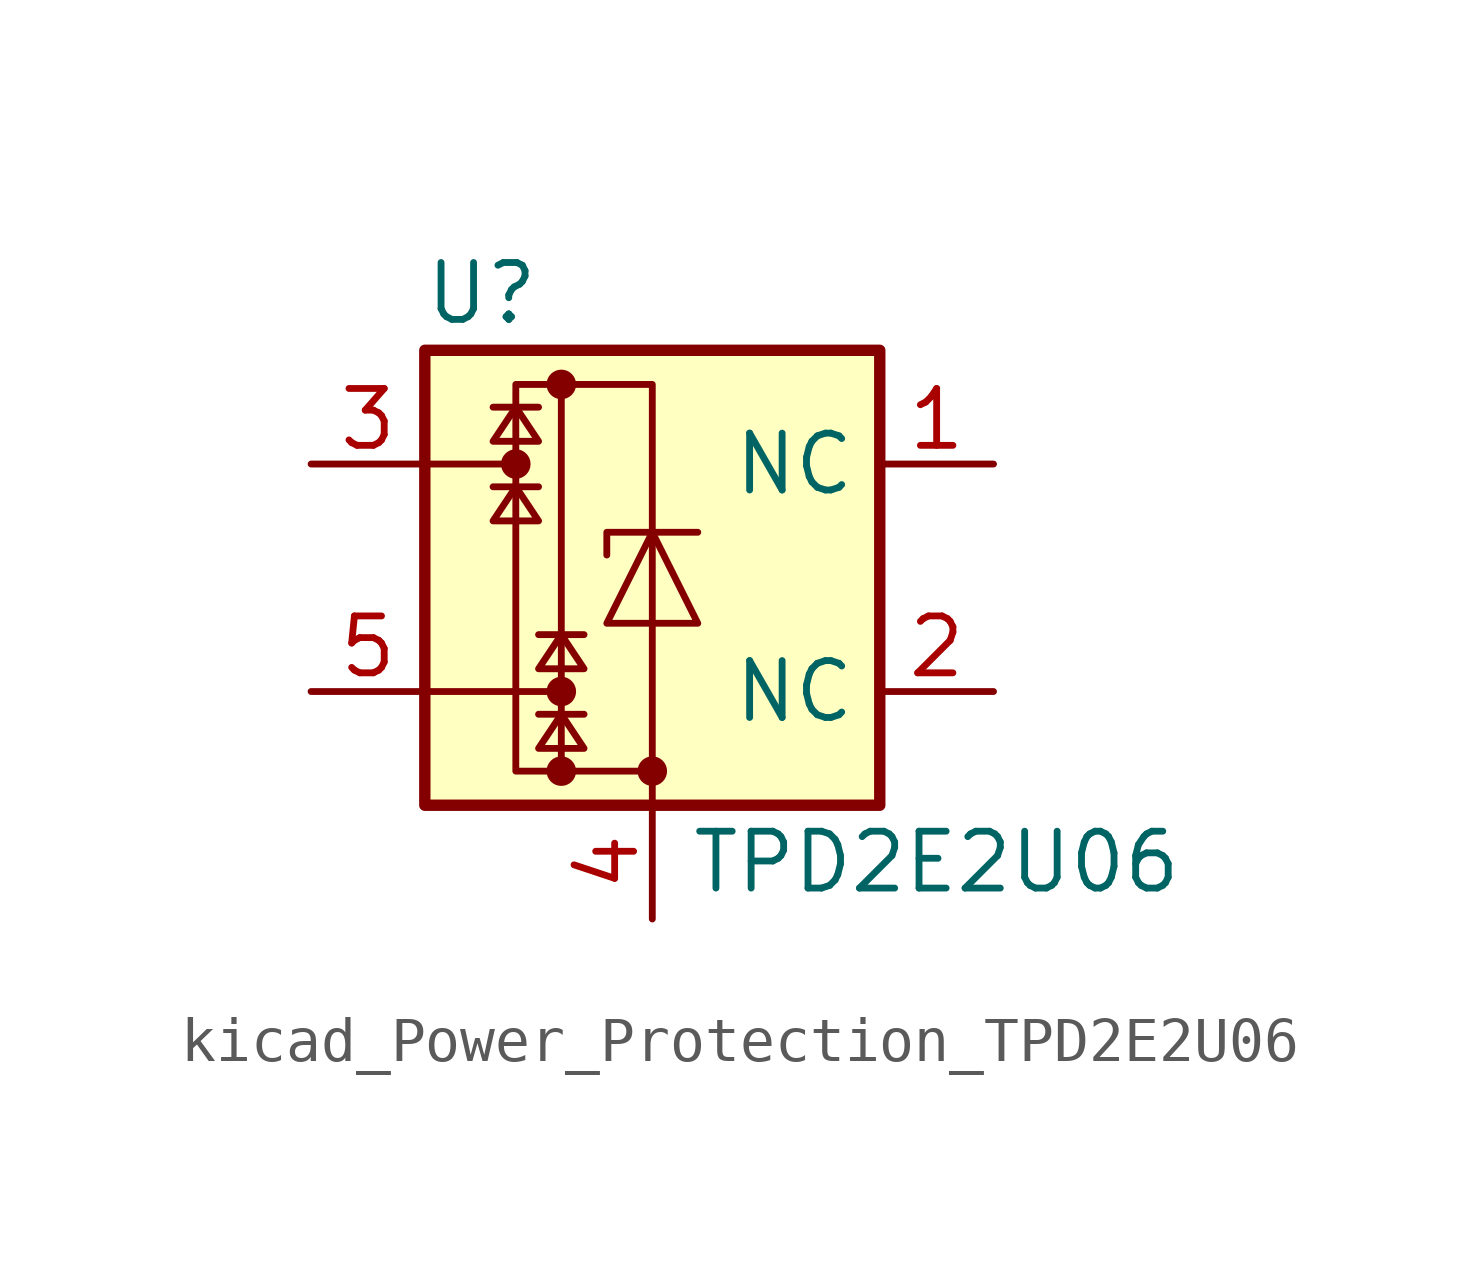
<source format=kicad_sym>
(kicad_symbol_lib
  (version 20220914)
  (generator kicad_symbol_editor)
  (symbol "kicad_Power_Protection_TPD2E2U06"
    (property "Reference" "U"
      (at -3.81 6.35 0)
      (effects (font (size 1.27 1.27))))
    (property "Value" "TPD2E2U06"
      (at 6.35 -6.35 0)
      (effects (font (size 1.27 1.27))))
    (symbol "kicad_Power_Protection_TPD2E2U06_0_1"
      (rectangle (start -5.08 5.08) (end 5.08 -5.08) (stroke (width 0.254) (type default)) (fill (type background)))
      (circle (center -3.048 2.54) (radius 0.254) (stroke (width 0) (type default)) (fill (type outline)))
      (rectangle (start -3.048 4.318) (end 0 -4.318) (stroke (width 0) (type default)) (fill (type none)))
      (circle (center -2.032 -4.318) (radius 0.254) (stroke (width 0) (type default)) (fill (type outline)))
      (circle (center -2.032 -2.54) (radius 0.254) (stroke (width 0) (type default)) (fill (type outline)))
      (circle (center -2.032 4.318) (radius 0.254) (stroke (width 0) (type default)) (fill (type outline)))
      (circle (center 0 -4.318) (radius 0.254) (stroke (width 0) (type default)) (fill (type outline)))
      (polyline (pts (xy -3.048 2.54) (xy -5.08 2.54)) (stroke (width 0) (type default)) (fill (type none)))
      (polyline (pts (xy -2.54 2.032) (xy -3.556 2.032)) (stroke (width 0) (type default)) (fill (type none)))
      (polyline (pts (xy -2.54 3.81) (xy -3.556 3.81)) (stroke (width 0) (type default)) (fill (type none)))
      (polyline (pts (xy -2.032 -4.318) (xy -2.032 4.318)) (stroke (width 0) (type default)) (fill (type none)))
      (polyline (pts (xy -2.032 -2.54) (xy -5.08 -2.54)) (stroke (width 0) (type default)) (fill (type none)))
      (polyline (pts (xy -1.524 -3.048) (xy -2.54 -3.048)) (stroke (width 0) (type default)) (fill (type none)))
      (polyline (pts (xy -1.524 -1.27) (xy -2.54 -1.27)) (stroke (width 0) (type default)) (fill (type none)))
      (polyline (pts (xy 0 -4.318) (xy 0 -5.08)) (stroke (width 0) (type default)) (fill (type none)))
      (polyline (pts (xy 1.016 1.016) (xy -1.016 1.016) (xy -1.016 0.508)) (stroke (width 0) (type default)) (fill (type none)))
      (polyline (pts (xy -3.048 2.032) (xy -3.556 1.27) (xy -2.54 1.27) (xy -3.048 2.032)) (stroke (width 0) (type default)) (fill (type none)))
      (polyline (pts (xy -3.048 3.81) (xy -3.556 3.048) (xy -2.54 3.048) (xy -3.048 3.81)) (stroke (width 0) (type default)) (fill (type none)))
      (polyline (pts (xy -2.032 -3.048) (xy -2.54 -3.81) (xy -1.524 -3.81) (xy -2.032 -3.048)) (stroke (width 0) (type default)) (fill (type none)))
      (polyline (pts (xy -2.032 -1.27) (xy -2.54 -2.032) (xy -1.524 -2.032) (xy -2.032 -1.27)) (stroke (width 0) (type default)) (fill (type none)))
      (polyline (pts (xy 0 1.016) (xy 1.016 -1.016) (xy -1.016 -1.016) (xy 0 1.016)) (stroke (width 0) (type default)) (fill (type none))))
    (symbol "kicad_Power_Protection_TPD2E2U06_1_1"
      (pin passive line (at 7.62 2.54 180) (length 2.54) (name "NC" (effects (font (size 1.27 1.27)))) (number "1" (effects (font (size 1.27 1.27)))))
      (pin passive line (at 7.62 -2.54 180) (length 2.54) (name "NC" (effects (font (size 1.27 1.27)))) (number "2" (effects (font (size 1.27 1.27)))))
      (pin passive line (at -7.62 2.54 0) (length 2.54) (name "~" (effects (font (size 1.27 1.27)))) (number "3" (effects (font (size 1.27 1.27)))))
      (pin passive line (at 0 -7.62 90) (length 2.54) (name "~" (effects (font (size 1.27 1.27)))) (number "4" (effects (font (size 1.27 1.27)))))
      (pin passive line (at -7.62 -2.54 0) (length 2.54) (name "~" (effects (font (size 1.27 1.27)))) (number "5" (effects (font (size 1.27 1.27))))))))
</source>
